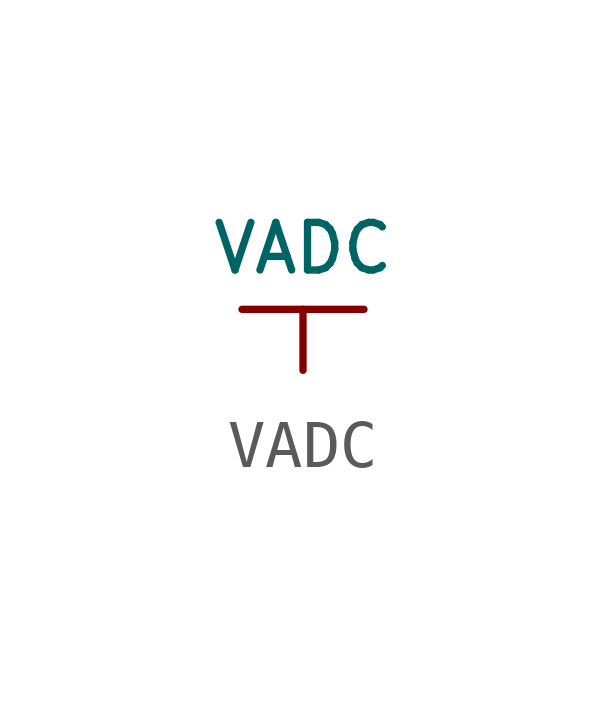
<source format=kicad_sym>
(kicad_symbol_lib
  (version 20220914)
  (generator kicad_symbol_editor)
  (symbol "VADC"
    (power)
    (pin_numbers hide)
    (pin_names
      (offset 0) hide)
    (property "Reference" "#PWR"
      (at 0 -2.54 0)
      (effects (font (size 1.524 1.524)) hide))
    (property "Value" "VADC"
      (at 0 1.27 0)
      (effects (font (size 0.991 0.991))))
    (property "Footprint" ""
      (at 0 0 0)
      (effects (font (size 1.524 1.524))))
    (property "Datasheet" ""
      (at 0 0 0)
      (effects (font (size 1.524 1.524))))
    (symbol "VADC_0_1"
      (polyline (pts (xy -1.27 0) (xy 1.27 0)) (stroke (width 0) (type default)) (fill (type none))))
    (symbol "VADC_1_1"
      (pin power_in line (at 0 -1.27 90) (length 1.27) (name "VADC" (effects (font (size 1.27 1.27)))) (number "1" (effects (font (size 1.27 1.27))))))))
</source>
